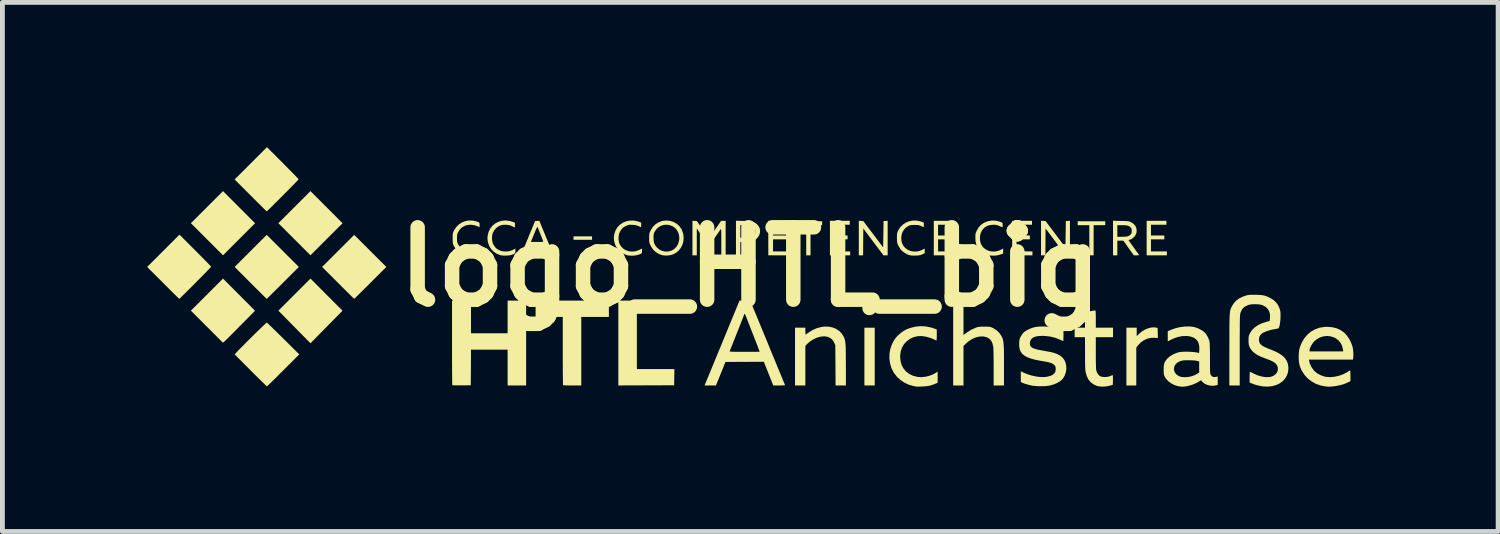
<source format=kicad_pcb>
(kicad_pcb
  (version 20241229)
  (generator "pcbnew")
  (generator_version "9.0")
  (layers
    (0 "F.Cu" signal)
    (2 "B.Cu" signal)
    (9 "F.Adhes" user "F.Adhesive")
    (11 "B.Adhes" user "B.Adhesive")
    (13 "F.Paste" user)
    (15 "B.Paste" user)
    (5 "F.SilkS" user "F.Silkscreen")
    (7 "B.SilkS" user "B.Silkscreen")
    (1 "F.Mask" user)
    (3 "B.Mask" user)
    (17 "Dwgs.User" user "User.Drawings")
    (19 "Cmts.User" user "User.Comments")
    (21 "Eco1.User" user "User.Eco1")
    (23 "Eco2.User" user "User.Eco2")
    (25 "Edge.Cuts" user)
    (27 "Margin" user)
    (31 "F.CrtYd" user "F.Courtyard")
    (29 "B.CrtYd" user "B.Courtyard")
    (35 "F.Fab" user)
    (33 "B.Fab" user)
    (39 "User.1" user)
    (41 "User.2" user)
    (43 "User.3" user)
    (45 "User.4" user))
  (footprint "logo_HTL_big"
    (layer "F.Cu")
    (at 12.499 2.483)
    (property "Reference" "logo_HTL_big" (at 0 0 0) (layer "F.SilkS") (effects (font (size 1.5 1.5) (thickness 0.3))))
    (attr board_only exclude_from_pos_files exclude_from_bom)
    (fp_poly (pts (xy -10.594 -1.239) (xy -10.262 -0.906) (xy -10.595 -0.574) (xy -10.927 -0.241) (xy -11.26 -0.574) (xy -11.593 -0.907) (xy -11.26 -1.239) (xy -10.927 -1.572)) (stroke (width 0) (type solid)) (fill yes) (layer "F.SilkS"))
    (fp_poly (pts (xy -8.781 -1.239) (xy -8.449 -0.906) (xy -8.782 -0.574) (xy -9.114 -0.241) (xy -9.447 -0.574) (xy -9.78 -0.907) (xy -9.447 -1.239) (xy -9.114 -1.572)) (stroke (width 0) (type solid)) (fill yes) (layer "F.SilkS"))
    (fp_poly (pts (xy -3.278 -0.598) (xy -3.278 -0.563) (xy -3.47 -0.563) (xy -3.662 -0.563) (xy -3.662 -0.598) (xy -3.662 -0.634) (xy -3.47 -0.634) (xy -3.278 -0.634)) (stroke (width 0) (type solid)) (fill yes) (layer "F.SilkS"))
    (fp_poly (pts (xy 2.581 1.858) (xy 2.581 2.456) (xy 2.474 2.456) (xy 2.367 2.456) (xy 2.367 1.858) (xy 2.367 1.259) (xy 2.474 1.259) (xy 2.581 1.259)) (stroke (width 0) (type solid)) (fill yes) (layer "F.SilkS"))
    (fp_poly (pts (xy -2.349 1.407) (xy -2.349 2.117) (xy -1.96 2.117) (xy -1.571 2.117) (xy -1.574 2.284) (xy -1.576 2.452) (xy -2.155 2.454) (xy -2.733 2.456) (xy -2.733 1.576) (xy -2.733 0.697) (xy -2.541 0.697) (xy -2.349 0.697)) (stroke (width 0) (type solid)) (fill yes) (layer "F.SilkS"))
    (fp_poly (pts (xy -8.782 0.574) (xy -8.45 0.907) (xy -8.782 1.244) (xy -9.114 1.582) (xy -9.288 1.405) (xy -9.346 1.347) (xy -9.409 1.282) (xy -9.475 1.215) (xy -9.539 1.15) (xy -9.597 1.091) (xy -9.621 1.067) (xy -9.779 0.906) (xy -9.447 0.574) (xy -9.114 0.241)) (stroke (width 0) (type solid)) (fill yes) (layer "F.SilkS"))
    (fp_poly (pts (xy -10.595 0.574) (xy -10.263 0.907) (xy -10.559 1.207) (xy -10.621 1.269) (xy -10.679 1.328) (xy -10.733 1.383) (xy -10.782 1.431) (xy -10.824 1.473) (xy -10.857 1.506) (xy -10.881 1.529) (xy -10.892 1.539) (xy -10.928 1.571) (xy -11.26 1.239) (xy -11.593 0.906) (xy -11.26 0.574) (xy -10.927 0.241)) (stroke (width 0) (type solid)) (fill yes) (layer "F.SilkS"))
    (fp_poly (pts (xy 1.491 -0.907) (xy 1.491 -0.866) (xy 1.371 -0.866) (xy 1.25 -0.866) (xy 1.25 -0.554) (xy 1.25 -0.241) (xy 1.206 -0.241) (xy 1.161 -0.241) (xy 1.161 -0.554) (xy 1.161 -0.866) (xy 1.04 -0.866) (xy 0.92 -0.866) (xy 0.92 -0.907) (xy 0.92 -0.947) (xy 1.206 -0.947) (xy 1.491 -0.947)) (stroke (width 0) (type solid)) (fill yes) (layer "F.SilkS"))
    (fp_poly (pts (xy 7.359 -0.907) (xy 7.359 -0.866) (xy 7.239 -0.866) (xy 7.118 -0.866) (xy 7.118 -0.554) (xy 7.118 -0.241) (xy 7.073 -0.241) (xy 7.029 -0.241) (xy 7.029 -0.554) (xy 7.029 -0.866) (xy 6.908 -0.866) (xy 6.788 -0.866) (xy 6.788 -0.907) (xy 6.788 -0.947) (xy 7.073 -0.947) (xy 7.359 -0.947)) (stroke (width 0) (type solid)) (fill yes) (layer "F.SilkS"))
    (fp_poly (pts (xy 2.849 -0.599) (xy 2.849 -0.241) (xy 2.805 -0.241) (xy 2.762 -0.241) (xy 2.553 -0.519) (xy 2.344 -0.797) (xy 2.342 -0.519) (xy 2.34 -0.241) (xy 2.295 -0.241) (xy 2.251 -0.241) (xy 2.251 -0.599) (xy 2.251 -0.957) (xy 2.298 -0.954) (xy 2.344 -0.951) (xy 2.55 -0.678) (xy 2.755 -0.405) (xy 2.76 -0.678) (xy 2.764 -0.951) (xy 2.807 -0.954) (xy 2.849 -0.957)) (stroke (width 0) (type solid)) (fill yes) (layer "F.SilkS"))
    (fp_poly (pts (xy 6.627 -0.599) (xy 6.627 -0.241) (xy 6.583 -0.241) (xy 6.54 -0.241) (xy 6.331 -0.519) (xy 6.122 -0.797) (xy 6.12 -0.519) (xy 6.118 -0.241) (xy 6.073 -0.241) (xy 6.028 -0.241) (xy 6.028 -0.599) (xy 6.028 -0.957) (xy 6.075 -0.954) (xy 6.122 -0.951) (xy 6.328 -0.678) (xy 6.533 -0.405) (xy 6.538 -0.678) (xy 6.542 -0.951) (xy 6.584 -0.954) (xy 6.627 -0.957)) (stroke (width 0) (type solid)) (fill yes) (layer "F.SilkS"))
    (fp_poly (pts (xy 2.543 0.718) (xy 2.573 0.739) (xy 2.606 0.777) (xy 2.623 0.821) (xy 2.623 0.869) (xy 2.606 0.919) (xy 2.605 0.921) (xy 2.575 0.96) (xy 2.535 0.986) (xy 2.49 0.999) (xy 2.442 0.998) (xy 2.402 0.984) (xy 2.363 0.954) (xy 2.337 0.915) (xy 2.325 0.87) (xy 2.326 0.823) (xy 2.343 0.778) (xy 2.363 0.751) (xy 2.403 0.718) (xy 2.448 0.702) (xy 2.496 0.702)) (stroke (width 0) (type solid)) (fill yes) (layer "F.SilkS"))
    (fp_poly (pts (xy -9.688 -0.333) (xy -9.355 -0.000031) (xy -9.686 0.33) (xy -9.749 0.394) (xy -9.809 0.453) (xy -9.863 0.507) (xy -9.912 0.555) (xy -9.953 0.596) (xy -9.985 0.627) (xy -10.008 0.649) (xy -10.019 0.66) (xy -10.021 0.661) (xy -10.028 0.655) (xy -10.046 0.637) (xy -10.075 0.609) (xy -10.112 0.572) (xy -10.158 0.527) (xy -10.21 0.475) (xy -10.268 0.418) (xy -10.33 0.356) (xy -10.356 0.33) (xy -10.686 -0.000031) (xy -10.353 -0.333) (xy -10.021 -0.665)) (stroke (width 0) (type solid)) (fill yes) (layer "F.SilkS"))
    (fp_poly (pts (xy -7.875 -0.333) (xy -7.542 -0.000031) (xy -7.873 0.33) (xy -7.936 0.394) (xy -7.996 0.453) (xy -8.05 0.507) (xy -8.099 0.555) (xy -8.14 0.596) (xy -8.172 0.627) (xy -8.195 0.649) (xy -8.206 0.66) (xy -8.208 0.661) (xy -8.215 0.655) (xy -8.233 0.637) (xy -8.262 0.609) (xy -8.299 0.572) (xy -8.345 0.527) (xy -8.397 0.475) (xy -8.455 0.418) (xy -8.517 0.356) (xy -8.543 0.33) (xy -8.873 -0.000031) (xy -8.54 -0.333) (xy -8.208 -0.665)) (stroke (width 0) (type solid)) (fill yes) (layer "F.SilkS"))
    (fp_poly (pts (xy 0.786 -0.915) (xy 0.786 -0.875) (xy 0.63 -0.875) (xy 0.473 -0.875) (xy 0.473 -0.764) (xy 0.473 -0.652) (xy 0.612 -0.652) (xy 0.75 -0.652) (xy 0.75 -0.612) (xy 0.75 -0.572) (xy 0.612 -0.572) (xy 0.473 -0.572) (xy 0.473 -0.447) (xy 0.473 -0.322) (xy 0.634 -0.322) (xy 0.795 -0.322) (xy 0.795 -0.281) (xy 0.795 -0.241) (xy 0.585 -0.241) (xy 0.375 -0.241) (xy 0.375 -0.598) (xy 0.375 -0.956) (xy 0.581 -0.956) (xy 0.786 -0.956)) (stroke (width 0) (type solid)) (fill yes) (layer "F.SilkS"))
    (fp_poly (pts (xy 2.063 -0.915) (xy 2.063 -0.875) (xy 1.902 -0.875) (xy 1.742 -0.875) (xy 1.742 -0.764) (xy 1.742 -0.652) (xy 1.88 -0.652) (xy 2.018 -0.652) (xy 2.018 -0.612) (xy 2.018 -0.572) (xy 1.88 -0.572) (xy 1.741 -0.572) (xy 1.744 -0.449) (xy 1.746 -0.326) (xy 1.909 -0.324) (xy 2.072 -0.321) (xy 2.072 -0.281) (xy 2.072 -0.241) (xy 1.862 -0.241) (xy 1.652 -0.241) (xy 1.652 -0.598) (xy 1.652 -0.956) (xy 1.858 -0.956) (xy 2.063 -0.956)) (stroke (width 0) (type solid)) (fill yes) (layer "F.SilkS"))
    (fp_poly (pts (xy 4.215 -0.915) (xy 4.215 -0.875) (xy 4.055 -0.875) (xy 3.894 -0.875) (xy 3.894 -0.764) (xy 3.894 -0.652) (xy 4.032 -0.652) (xy 4.171 -0.652) (xy 4.171 -0.612) (xy 4.171 -0.572) (xy 4.032 -0.572) (xy 3.894 -0.572) (xy 3.894 -0.447) (xy 3.894 -0.322) (xy 4.055 -0.322) (xy 4.215 -0.322) (xy 4.215 -0.281) (xy 4.215 -0.241) (xy 4.01 -0.241) (xy 3.805 -0.241) (xy 3.805 -0.598) (xy 3.805 -0.956) (xy 4.01 -0.956) (xy 4.215 -0.956)) (stroke (width 0) (type solid)) (fill yes) (layer "F.SilkS"))
    (fp_poly (pts (xy 5.841 -0.915) (xy 5.841 -0.875) (xy 5.68 -0.875) (xy 5.519 -0.875) (xy 5.519 -0.764) (xy 5.519 -0.652) (xy 5.658 -0.652) (xy 5.796 -0.652) (xy 5.796 -0.612) (xy 5.796 -0.572) (xy 5.658 -0.572) (xy 5.519 -0.572) (xy 5.521 -0.449) (xy 5.524 -0.326) (xy 5.687 -0.324) (xy 5.85 -0.321) (xy 5.85 -0.281) (xy 5.85 -0.241) (xy 5.64 -0.241) (xy 5.43 -0.241) (xy 5.43 -0.598) (xy 5.43 -0.956) (xy 5.636 -0.956) (xy 5.841 -0.956)) (stroke (width 0) (type solid)) (fill yes) (layer "F.SilkS"))
    (fp_poly (pts (xy 8.627 -0.915) (xy 8.627 -0.875) (xy 8.467 -0.875) (xy 8.306 -0.875) (xy 8.306 -0.764) (xy 8.306 -0.652) (xy 8.444 -0.652) (xy 8.583 -0.652) (xy 8.583 -0.612) (xy 8.583 -0.572) (xy 8.444 -0.572) (xy 8.306 -0.572) (xy 8.306 -0.447) (xy 8.306 -0.322) (xy 8.471 -0.322) (xy 8.636 -0.322) (xy 8.636 -0.281) (xy 8.636 -0.241) (xy 8.426 -0.241) (xy 8.217 -0.241) (xy 8.217 -0.598) (xy 8.217 -0.956) (xy 8.422 -0.956) (xy 8.627 -0.956)) (stroke (width 0) (type solid)) (fill yes) (layer "F.SilkS"))
    (fp_poly (pts (xy 8.405 1.256) (xy 8.444 1.264) (xy 8.447 1.369) (xy 8.449 1.474) (xy 8.393 1.469) (xy 8.311 1.469) (xy 8.232 1.486) (xy 8.158 1.519) (xy 8.091 1.568) (xy 8.033 1.63) (xy 8.028 1.638) (xy 8.002 1.673) (xy 8.002 2.064) (xy 8.002 2.456) (xy 7.9 2.456) (xy 7.797 2.456) (xy 7.797 1.858) (xy 7.797 1.259) (xy 7.904 1.259) (xy 8.011 1.259) (xy 8.011 1.347) (xy 8.011 1.434) (xy 8.067 1.379) (xy 8.123 1.333) (xy 8.186 1.296) (xy 8.252 1.27) (xy 8.318 1.254) (xy 8.379 1.252)) (stroke (width 0) (type solid)) (fill yes) (layer "F.SilkS"))
    (fp_poly (pts (xy -2.929 0.866) (xy -2.929 1.036) (xy -3.215 1.036) (xy -3.501 1.036) (xy -3.501 1.746) (xy -3.501 2.456) (xy -3.687 2.456) (xy -3.743 2.456) (xy -3.793 2.455) (xy -3.834 2.454) (xy -3.863 2.452) (xy -3.878 2.451) (xy -3.879 2.45) (xy -3.88 2.44) (xy -3.881 2.414) (xy -3.882 2.373) (xy -3.882 2.318) (xy -3.883 2.25) (xy -3.884 2.172) (xy -3.884 2.084) (xy -3.885 1.987) (xy -3.885 1.884) (xy -3.885 1.774) (xy -3.885 1.74) (xy -3.885 1.036) (xy -4.166 1.036) (xy -4.448 1.036) (xy -4.448 0.866) (xy -4.448 0.697) (xy -3.689 0.697) (xy -2.929 0.697)) (stroke (width 0) (type solid)) (fill yes) (layer "F.SilkS"))
    (fp_poly (pts (xy -11.501 -0.342) (xy -11.438 -0.278) (xy -11.379 -0.219) (xy -11.325 -0.164) (xy -11.277 -0.115) (xy -11.237 -0.074) (xy -11.206 -0.041) (xy -11.184 -0.018) (xy -11.174 -0.006) (xy -11.173 -0.004) (xy -11.179 0.003) (xy -11.196 0.022) (xy -11.223 0.05) (xy -11.259 0.087) (xy -11.301 0.13) (xy -11.349 0.179) (xy -11.401 0.232) (xy -11.456 0.287) (xy -11.512 0.344) (xy -11.568 0.4) (xy -11.622 0.454) (xy -11.673 0.504) (xy -11.719 0.551) (xy -11.76 0.59) (xy -11.793 0.623) (xy -11.817 0.646) (xy -11.831 0.659) (xy -11.834 0.661) (xy -11.841 0.655) (xy -11.859 0.637) (xy -11.888 0.609) (xy -11.925 0.572) (xy -11.971 0.527) (xy -12.023 0.475) (xy -12.081 0.418) (xy -12.143 0.356) (xy -12.169 0.33) (xy -12.499 -0.000001) (xy -12.164 -0.335) (xy -11.829 -0.67)) (stroke (width 0) (type solid)) (fill yes) (layer "F.SilkS"))
    (fp_poly (pts (xy -9.688 -2.155) (xy -9.625 -2.091) (xy -9.566 -2.032) (xy -9.512 -1.977) (xy -9.464 -1.928) (xy -9.424 -1.887) (xy -9.393 -1.854) (xy -9.371 -1.831) (xy -9.361 -1.819) (xy -9.36 -1.817) (xy -9.366 -1.81) (xy -9.383 -1.791) (xy -9.41 -1.763) (xy -9.446 -1.726) (xy -9.488 -1.683) (xy -9.536 -1.634) (xy -9.588 -1.581) (xy -9.643 -1.526) (xy -9.699 -1.469) (xy -9.755 -1.413) (xy -9.809 -1.359) (xy -9.86 -1.309) (xy -9.906 -1.262) (xy -9.947 -1.223) (xy -9.98 -1.19) (xy -10.004 -1.167) (xy -10.018 -1.154) (xy -10.021 -1.152) (xy -10.028 -1.158) (xy -10.046 -1.176) (xy -10.075 -1.204) (xy -10.112 -1.241) (xy -10.158 -1.286) (xy -10.21 -1.338) (xy -10.268 -1.395) (xy -10.33 -1.457) (xy -10.356 -1.483) (xy -10.686 -1.813) (xy -10.351 -2.148) (xy -10.016 -2.483)) (stroke (width 0) (type solid)) (fill yes) (layer "F.SilkS"))
    (fp_poly (pts (xy -5.787 1.036) (xy -5.787 1.375) (xy -5.408 1.375) (xy -5.028 1.375) (xy -5.028 1.036) (xy -5.028 0.697) (xy -4.836 0.697) (xy -4.644 0.697) (xy -4.644 1.576) (xy -4.644 2.456) (xy -4.836 2.456) (xy -5.028 2.456) (xy -5.028 2.085) (xy -5.028 1.715) (xy -5.408 1.715) (xy -5.787 1.715) (xy -5.789 2.083) (xy -5.792 2.452) (xy -5.98 2.454) (xy -6.036 2.454) (xy -6.086 2.454) (xy -6.128 2.454) (xy -6.157 2.452) (xy -6.173 2.451) (xy -6.174 2.45) (xy -6.175 2.441) (xy -6.176 2.414) (xy -6.177 2.373) (xy -6.177 2.317) (xy -6.178 2.248) (xy -6.179 2.167) (xy -6.179 2.076) (xy -6.18 1.976) (xy -6.18 1.867) (xy -6.18 1.752) (xy -6.18 1.631) (xy -6.18 1.57) (xy -6.18 0.697) (xy -5.984 0.697) (xy -5.787 0.697)) (stroke (width 0) (type solid)) (fill yes) (layer "F.SilkS"))
    (fp_poly (pts (xy -10.013 1.158) (xy -9.993 1.176) (xy -9.964 1.204) (xy -9.925 1.241) (xy -9.879 1.286) (xy -9.826 1.337) (xy -9.768 1.395) (xy -9.705 1.456) (xy -9.679 1.482) (xy -9.346 1.812) (xy -9.677 2.143) (xy -9.741 2.206) (xy -9.8 2.266) (xy -9.855 2.32) (xy -9.904 2.368) (xy -9.946 2.408) (xy -9.979 2.44) (xy -10.002 2.462) (xy -10.015 2.473) (xy -10.017 2.474) (xy -10.024 2.468) (xy -10.044 2.45) (xy -10.073 2.422) (xy -10.111 2.385) (xy -10.157 2.34) (xy -10.21 2.288) (xy -10.268 2.231) (xy -10.33 2.169) (xy -10.355 2.144) (xy -10.684 1.814) (xy -10.648 1.771) (xy -10.633 1.754) (xy -10.608 1.728) (xy -10.574 1.693) (xy -10.533 1.652) (xy -10.486 1.605) (xy -10.435 1.554) (xy -10.381 1.5) (xy -10.326 1.446) (xy -10.272 1.392) (xy -10.219 1.34) (xy -10.169 1.292) (xy -10.124 1.248) (xy -10.085 1.211) (xy -10.054 1.182) (xy -10.032 1.162) (xy -10.021 1.153) (xy -10.02 1.152)) (stroke (width 0) (type solid)) (fill yes) (layer "F.SilkS"))
    (fp_poly (pts (xy -0.131 -0.954) (xy -0.073 -0.953) (xy -0.029 -0.951) (xy 0.003 -0.949) (xy 0.027 -0.946) (xy 0.046 -0.941) (xy 0.063 -0.935) (xy 0.082 -0.926) (xy 0.083 -0.926) (xy 0.134 -0.892) (xy 0.171 -0.852) (xy 0.195 -0.806) (xy 0.205 -0.758) (xy 0.202 -0.709) (xy 0.188 -0.661) (xy 0.162 -0.618) (xy 0.126 -0.58) (xy 0.08 -0.551) (xy 0.025 -0.533) (xy -0.032 -0.527) (xy -0.059 -0.526) (xy -0.097 -0.524) (xy -0.136 -0.521) (xy -0.137 -0.521) (xy -0.205 -0.515) (xy -0.205 -0.378) (xy -0.205 -0.241) (xy -0.25 -0.241) (xy -0.295 -0.241) (xy -0.295 -0.599) (xy -0.295 -0.866) (xy -0.205 -0.866) (xy -0.205 -0.737) (xy -0.205 -0.607) (xy -0.101 -0.607) (xy -0.053 -0.608) (xy -0.018 -0.61) (xy 0.008 -0.614) (xy 0.029 -0.62) (xy 0.041 -0.626) (xy 0.073 -0.646) (xy 0.095 -0.676) (xy 0.099 -0.684) (xy 0.112 -0.728) (xy 0.109 -0.768) (xy 0.088 -0.807) (xy 0.083 -0.814) (xy 0.062 -0.835) (xy 0.039 -0.849) (xy 0.009 -0.859) (xy -0.03 -0.864) (xy -0.082 -0.866) (xy -0.102 -0.866) (xy -0.205 -0.866) (xy -0.295 -0.866) (xy -0.295 -0.958)) (stroke (width 0) (type solid)) (fill yes) (layer "F.SilkS"))
    (fp_poly (pts (xy 1.621 1.237) (xy 1.702 1.252) (xy 1.776 1.281) (xy 1.841 1.323) (xy 1.894 1.377) (xy 1.928 1.429) (xy 1.94 1.451) (xy 1.95 1.473) (xy 1.958 1.496) (xy 1.965 1.521) (xy 1.97 1.551) (xy 1.974 1.586) (xy 1.977 1.629) (xy 1.98 1.681) (xy 1.981 1.743) (xy 1.982 1.819) (xy 1.982 1.909) (xy 1.983 2.015) (xy 1.983 2.03) (xy 1.983 2.456) (xy 1.876 2.456) (xy 1.769 2.456) (xy 1.767 2.039) (xy 1.764 1.621) (xy 1.738 1.565) (xy 1.705 1.511) (xy 1.661 1.473) (xy 1.607 1.448) (xy 1.542 1.438) (xy 1.528 1.438) (xy 1.451 1.446) (xy 1.373 1.469) (xy 1.298 1.506) (xy 1.228 1.553) (xy 1.196 1.582) (xy 1.143 1.634) (xy 1.143 2.045) (xy 1.143 2.456) (xy 1.036 2.456) (xy 0.929 2.456) (xy 0.929 1.858) (xy 0.929 1.259) (xy 1.036 1.259) (xy 1.143 1.259) (xy 1.143 1.331) (xy 1.144 1.364) (xy 1.145 1.389) (xy 1.147 1.401) (xy 1.148 1.402) (xy 1.157 1.397) (xy 1.176 1.384) (xy 1.199 1.367) (xy 1.29 1.309) (xy 1.382 1.268) (xy 1.479 1.243) (xy 1.534 1.236)) (stroke (width 0) (type solid)) (fill yes) (layer "F.SilkS"))
    (fp_poly (pts (xy -4.991 -0.955) (xy -4.914 -0.932) (xy -4.876 -0.917) (xy -4.876 -0.866) (xy -4.876 -0.816) (xy -4.932 -0.843) (xy -4.971 -0.86) (xy -5.007 -0.869) (xy -5.051 -0.874) (xy -5.055 -0.874) (xy -5.094 -0.874) (xy -5.131 -0.872) (xy -5.158 -0.867) (xy -5.158 -0.867) (xy -5.215 -0.843) (xy -5.267 -0.805) (xy -5.308 -0.756) (xy -5.337 -0.699) (xy -5.342 -0.684) (xy -5.351 -0.628) (xy -5.351 -0.568) (xy -5.341 -0.512) (xy -5.33 -0.48) (xy -5.301 -0.429) (xy -5.269 -0.39) (xy -5.227 -0.36) (xy -5.216 -0.354) (xy -5.152 -0.329) (xy -5.082 -0.319) (xy -5.01 -0.324) (xy -4.941 -0.344) (xy -4.914 -0.357) (xy -4.867 -0.382) (xy -4.867 -0.335) (xy -4.869 -0.306) (xy -4.874 -0.287) (xy -4.889 -0.274) (xy -4.915 -0.261) (xy -4.93 -0.255) (xy -4.966 -0.245) (xy -5.014 -0.238) (xy -5.066 -0.235) (xy -5.118 -0.236) (xy -5.163 -0.241) (xy -5.181 -0.245) (xy -5.256 -0.275) (xy -5.32 -0.319) (xy -5.372 -0.373) (xy -5.411 -0.438) (xy -5.436 -0.51) (xy -5.446 -0.587) (xy -5.441 -0.653) (xy -5.421 -0.73) (xy -5.387 -0.798) (xy -5.341 -0.856) (xy -5.284 -0.902) (xy -5.219 -0.936) (xy -5.147 -0.957) (xy -5.071 -0.964)) (stroke (width 0) (type solid)) (fill yes) (layer "F.SilkS"))
    (fp_poly (pts (xy -1.151 -0.954) (xy -1.105 -0.951) (xy -0.987 -0.783) (xy -0.953 -0.735) (xy -0.922 -0.691) (xy -0.895 -0.654) (xy -0.875 -0.626) (xy -0.863 -0.61) (xy -0.86 -0.606) (xy -0.852 -0.609) (xy -0.837 -0.625) (xy -0.814 -0.655) (xy -0.781 -0.698) (xy -0.74 -0.757) (xy -0.727 -0.776) (xy -0.603 -0.955) (xy -0.556 -0.955) (xy -0.509 -0.956) (xy -0.509 -0.598) (xy -0.509 -0.241) (xy -0.554 -0.241) (xy -0.598 -0.241) (xy -0.599 -0.52) (xy -0.599 -0.598) (xy -0.599 -0.66) (xy -0.6 -0.707) (xy -0.601 -0.741) (xy -0.602 -0.764) (xy -0.604 -0.778) (xy -0.606 -0.784) (xy -0.609 -0.783) (xy -0.614 -0.779) (xy -0.614 -0.777) (xy -0.625 -0.763) (xy -0.642 -0.738) (xy -0.666 -0.704) (xy -0.693 -0.665) (xy -0.723 -0.622) (xy -0.754 -0.579) (xy -0.783 -0.538) (xy -0.81 -0.5) (xy -0.831 -0.47) (xy -0.846 -0.449) (xy -0.853 -0.44) (xy -0.853 -0.439) (xy -0.859 -0.445) (xy -0.874 -0.465) (xy -0.896 -0.495) (xy -0.925 -0.536) (xy -0.96 -0.584) (xy -0.998 -0.64) (xy -1.04 -0.7) (xy -1.053 -0.718) (xy -1.107 -0.798) (xy -1.107 -0.519) (xy -1.107 -0.241) (xy -1.152 -0.241) (xy -1.197 -0.241) (xy -1.197 -0.599) (xy -1.197 -0.957)) (stroke (width 0) (type solid)) (fill yes) (layer "F.SilkS"))
    (fp_poly (pts (xy -2.337 -0.946) (xy -2.309 -0.937) (xy -2.26 -0.919) (xy -2.26 -0.869) (xy -2.261 -0.843) (xy -2.263 -0.827) (xy -2.266 -0.824) (xy -2.311 -0.845) (xy -2.347 -0.859) (xy -2.381 -0.868) (xy -2.419 -0.872) (xy -2.44 -0.873) (xy -2.48 -0.875) (xy -2.508 -0.873) (xy -2.532 -0.868) (xy -2.558 -0.858) (xy -2.569 -0.853) (xy -2.602 -0.837) (xy -2.631 -0.818) (xy -2.647 -0.806) (xy -2.686 -0.756) (xy -2.714 -0.697) (xy -2.728 -0.632) (xy -2.729 -0.565) (xy -2.716 -0.5) (xy -2.707 -0.477) (xy -2.673 -0.421) (xy -2.627 -0.376) (xy -2.572 -0.344) (xy -2.51 -0.324) (xy -2.443 -0.318) (xy -2.374 -0.327) (xy -2.306 -0.35) (xy -2.293 -0.356) (xy -2.242 -0.383) (xy -2.242 -0.334) (xy -2.242 -0.306) (xy -2.247 -0.29) (xy -2.258 -0.279) (xy -2.275 -0.269) (xy -2.329 -0.249) (xy -2.393 -0.237) (xy -2.46 -0.233) (xy -2.524 -0.238) (xy -2.554 -0.244) (xy -2.625 -0.272) (xy -2.689 -0.313) (xy -2.743 -0.365) (xy -2.783 -0.426) (xy -2.791 -0.442) (xy -2.818 -0.521) (xy -2.827 -0.599) (xy -2.818 -0.676) (xy -2.792 -0.755) (xy -2.788 -0.763) (xy -2.749 -0.826) (xy -2.698 -0.879) (xy -2.636 -0.919) (xy -2.567 -0.947) (xy -2.493 -0.961) (xy -2.415 -0.962)) (stroke (width 0) (type solid)) (fill yes) (layer "F.SilkS"))
    (fp_poly (pts (xy -4.226 -0.605) (xy -4.195 -0.531) (xy -4.167 -0.461) (xy -4.141 -0.399) (xy -4.119 -0.345) (xy -4.102 -0.301) (xy -4.089 -0.269) (xy -4.083 -0.251) (xy -4.082 -0.248) (xy -4.09 -0.244) (xy -4.11 -0.242) (xy -4.128 -0.241) (xy -4.175 -0.241) (xy -4.214 -0.339) (xy -4.253 -0.438) (xy -4.416 -0.438) (xy -4.579 -0.438) (xy -4.617 -0.339) (xy -4.656 -0.241) (xy -4.704 -0.241) (xy -4.751 -0.241) (xy -4.738 -0.275) (xy -4.731 -0.29) (xy -4.719 -0.32) (xy -4.702 -0.363) (xy -4.68 -0.416) (xy -4.654 -0.477) (xy -4.638 -0.518) (xy -4.546 -0.518) (xy -4.416 -0.518) (xy -4.363 -0.518) (xy -4.326 -0.519) (xy -4.303 -0.522) (xy -4.291 -0.525) (xy -4.29 -0.529) (xy -4.294 -0.541) (xy -4.304 -0.566) (xy -4.318 -0.602) (xy -4.335 -0.646) (xy -4.349 -0.683) (xy -4.368 -0.731) (xy -4.384 -0.772) (xy -4.398 -0.805) (xy -4.407 -0.826) (xy -4.411 -0.832) (xy -4.416 -0.827) (xy -4.426 -0.807) (xy -4.44 -0.776) (xy -4.457 -0.737) (xy -4.467 -0.712) (xy -4.486 -0.665) (xy -4.504 -0.621) (xy -4.519 -0.584) (xy -4.529 -0.558) (xy -4.532 -0.551) (xy -4.546 -0.518) (xy -4.638 -0.518) (xy -4.627 -0.545) (xy -4.597 -0.617) (xy -4.592 -0.63) (xy -4.459 -0.951) (xy -4.415 -0.954) (xy -4.37 -0.956)) (stroke (width 0) (type solid)) (fill yes) (layer "F.SilkS"))
    (fp_poly (pts (xy 5.092 -0.959) (xy 5.171 -0.939) (xy 5.177 -0.936) (xy 5.229 -0.915) (xy 5.232 -0.867) (xy 5.233 -0.839) (xy 5.23 -0.826) (xy 5.223 -0.824) (xy 5.223 -0.824) (xy 5.175 -0.845) (xy 5.138 -0.86) (xy 5.109 -0.869) (xy 5.084 -0.873) (xy 5.058 -0.875) (xy 5.026 -0.874) (xy 5.025 -0.874) (xy 4.96 -0.866) (xy 4.906 -0.848) (xy 4.859 -0.818) (xy 4.838 -0.798) (xy 4.8 -0.752) (xy 4.777 -0.702) (xy 4.764 -0.642) (xy 4.762 -0.612) (xy 4.765 -0.539) (xy 4.783 -0.476) (xy 4.815 -0.422) (xy 4.832 -0.403) (xy 4.885 -0.361) (xy 4.946 -0.333) (xy 5.013 -0.319) (xy 5.082 -0.32) (xy 5.151 -0.337) (xy 5.194 -0.356) (xy 5.243 -0.382) (xy 5.243 -0.33) (xy 5.243 -0.278) (xy 5.191 -0.259) (xy 5.13 -0.242) (xy 5.062 -0.234) (xy 4.992 -0.236) (xy 4.929 -0.247) (xy 4.911 -0.252) (xy 4.847 -0.28) (xy 4.795 -0.313) (xy 4.752 -0.356) (xy 4.743 -0.366) (xy 4.708 -0.418) (xy 4.684 -0.471) (xy 4.671 -0.529) (xy 4.667 -0.599) (xy 4.667 -0.603) (xy 4.667 -0.646) (xy 4.669 -0.677) (xy 4.674 -0.701) (xy 4.683 -0.726) (xy 4.695 -0.752) (xy 4.736 -0.822) (xy 4.788 -0.877) (xy 4.849 -0.918) (xy 4.851 -0.919) (xy 4.929 -0.949) (xy 5.011 -0.962)) (stroke (width 0) (type solid)) (fill yes) (layer "F.SilkS"))
    (fp_poly (pts (xy 4.421 1.004) (xy 4.421 1.41) (xy 4.48 1.366) (xy 4.577 1.303) (xy 4.68 1.257) (xy 4.689 1.254) (xy 4.716 1.246) (xy 4.748 1.241) (xy 4.787 1.238) (xy 4.839 1.237) (xy 4.854 1.237) (xy 4.902 1.237) (xy 4.937 1.238) (xy 4.963 1.241) (xy 4.984 1.246) (xy 5.006 1.254) (xy 5.03 1.265) (xy 5.099 1.307) (xy 5.157 1.36) (xy 5.202 1.422) (xy 5.206 1.429) (xy 5.218 1.452) (xy 5.228 1.475) (xy 5.236 1.499) (xy 5.243 1.526) (xy 5.248 1.558) (xy 5.252 1.597) (xy 5.255 1.643) (xy 5.258 1.699) (xy 5.259 1.767) (xy 5.26 1.848) (xy 5.26 1.944) (xy 5.26 2.037) (xy 5.26 2.456) (xy 5.153 2.456) (xy 5.046 2.456) (xy 5.046 2.083) (xy 5.046 2.001) (xy 5.045 1.921) (xy 5.044 1.848) (xy 5.043 1.782) (xy 5.041 1.727) (xy 5.04 1.684) (xy 5.038 1.656) (xy 5.037 1.65) (xy 5.02 1.581) (xy 4.992 1.525) (xy 4.952 1.484) (xy 4.9 1.456) (xy 4.837 1.441) (xy 4.827 1.44) (xy 4.749 1.443) (xy 4.67 1.462) (xy 4.593 1.497) (xy 4.518 1.547) (xy 4.482 1.579) (xy 4.421 1.637) (xy 4.421 2.046) (xy 4.421 2.456) (xy 4.314 2.456) (xy 4.207 2.456) (xy 4.207 1.527) (xy 4.207 0.598) (xy 4.314 0.598) (xy 4.421 0.598)) (stroke (width 0) (type solid)) (fill yes) (layer "F.SilkS"))
    (fp_poly (pts (xy 3.522 -0.947) (xy 3.548 -0.938) (xy 3.599 -0.919) (xy 3.599 -0.869) (xy 3.598 -0.843) (xy 3.595 -0.827) (xy 3.593 -0.824) (xy 3.552 -0.844) (xy 3.521 -0.858) (xy 3.494 -0.866) (xy 3.467 -0.869) (xy 3.432 -0.871) (xy 3.407 -0.871) (xy 3.365 -0.87) (xy 3.335 -0.868) (xy 3.312 -0.864) (xy 3.292 -0.856) (xy 3.27 -0.844) (xy 3.226 -0.815) (xy 3.192 -0.78) (xy 3.163 -0.733) (xy 3.154 -0.715) (xy 3.137 -0.66) (xy 3.131 -0.597) (xy 3.137 -0.534) (xy 3.147 -0.495) (xy 3.175 -0.438) (xy 3.216 -0.391) (xy 3.267 -0.355) (xy 3.326 -0.331) (xy 3.39 -0.319) (xy 3.456 -0.32) (xy 3.523 -0.336) (xy 3.57 -0.357) (xy 3.617 -0.382) (xy 3.617 -0.334) (xy 3.617 -0.285) (xy 3.566 -0.262) (xy 3.536 -0.249) (xy 3.506 -0.242) (xy 3.47 -0.237) (xy 3.43 -0.236) (xy 3.388 -0.235) (xy 3.349 -0.237) (xy 3.319 -0.24) (xy 3.31 -0.242) (xy 3.261 -0.259) (xy 3.209 -0.287) (xy 3.162 -0.32) (xy 3.134 -0.346) (xy 3.111 -0.375) (xy 3.087 -0.413) (xy 3.069 -0.445) (xy 3.057 -0.473) (xy 3.049 -0.496) (xy 3.044 -0.52) (xy 3.042 -0.55) (xy 3.041 -0.591) (xy 3.041 -0.603) (xy 3.041 -0.648) (xy 3.043 -0.681) (xy 3.048 -0.706) (xy 3.055 -0.729) (xy 3.065 -0.752) (xy 3.105 -0.818) (xy 3.158 -0.873) (xy 3.22 -0.916) (xy 3.29 -0.945) (xy 3.365 -0.961) (xy 3.443 -0.962)) (stroke (width 0) (type solid)) (fill yes) (layer "F.SilkS"))
    (fp_poly (pts (xy -5.757 -0.962) (xy -5.679 -0.946) (xy -5.642 -0.932) (xy -5.623 -0.922) (xy -5.613 -0.912) (xy -5.609 -0.895) (xy -5.609 -0.87) (xy -5.609 -0.823) (xy -5.66 -0.846) (xy -5.72 -0.866) (xy -5.786 -0.875) (xy -5.851 -0.871) (xy -5.904 -0.858) (xy -5.966 -0.826) (xy -6.016 -0.781) (xy -6.052 -0.725) (xy -6.065 -0.697) (xy -6.073 -0.672) (xy -6.076 -0.644) (xy -6.077 -0.605) (xy -6.078 -0.594) (xy -6.077 -0.552) (xy -6.074 -0.523) (xy -6.068 -0.499) (xy -6.057 -0.475) (xy -6.054 -0.469) (xy -6.014 -0.411) (xy -5.963 -0.365) (xy -5.917 -0.338) (xy -5.888 -0.327) (xy -5.858 -0.321) (xy -5.82 -0.318) (xy -5.794 -0.318) (xy -5.755 -0.318) (xy -5.726 -0.321) (xy -5.7 -0.328) (xy -5.672 -0.341) (xy -5.654 -0.35) (xy -5.591 -0.382) (xy -5.591 -0.334) (xy -5.591 -0.285) (xy -5.642 -0.261) (xy -5.67 -0.249) (xy -5.698 -0.242) (xy -5.73 -0.238) (xy -5.772 -0.235) (xy -5.783 -0.235) (xy -5.825 -0.235) (xy -5.865 -0.237) (xy -5.896 -0.24) (xy -5.907 -0.242) (xy -5.977 -0.268) (xy -6.04 -0.309) (xy -6.095 -0.364) (xy -6.138 -0.429) (xy -6.142 -0.437) (xy -6.153 -0.46) (xy -6.16 -0.48) (xy -6.164 -0.503) (xy -6.166 -0.532) (xy -6.167 -0.573) (xy -6.167 -0.594) (xy -6.167 -0.641) (xy -6.165 -0.674) (xy -6.162 -0.699) (xy -6.156 -0.72) (xy -6.147 -0.741) (xy -6.142 -0.752) (xy -6.099 -0.82) (xy -6.045 -0.876) (xy -5.981 -0.919) (xy -5.91 -0.948) (xy -5.835 -0.963)) (stroke (width 0) (type solid)) (fill yes) (layer "F.SilkS"))
    (fp_poly (pts (xy 7.684 -0.954) (xy 7.743 -0.953) (xy 7.786 -0.951) (xy 7.818 -0.949) (xy 7.842 -0.946) (xy 7.86 -0.942) (xy 7.877 -0.935) (xy 7.895 -0.927) (xy 7.901 -0.924) (xy 7.951 -0.889) (xy 7.986 -0.846) (xy 8.006 -0.795) (xy 8.01 -0.739) (xy 8.003 -0.699) (xy 7.987 -0.662) (xy 7.961 -0.627) (xy 7.928 -0.596) (xy 7.894 -0.573) (xy 7.861 -0.563) (xy 7.855 -0.563) (xy 7.843 -0.56) (xy 7.841 -0.557) (xy 7.846 -0.549) (xy 7.86 -0.529) (xy 7.88 -0.5) (xy 7.906 -0.464) (xy 7.934 -0.424) (xy 7.964 -0.382) (xy 7.993 -0.341) (xy 8.02 -0.304) (xy 8.043 -0.274) (xy 8.058 -0.252) (xy 8.059 -0.246) (xy 8.048 -0.243) (xy 8.023 -0.241) (xy 8.009 -0.241) (xy 7.95 -0.241) (xy 7.842 -0.393) (xy 7.734 -0.545) (xy 7.671 -0.545) (xy 7.609 -0.545) (xy 7.609 -0.393) (xy 7.609 -0.241) (xy 7.565 -0.241) (xy 7.52 -0.241) (xy 7.52 -0.599) (xy 7.52 -0.866) (xy 7.609 -0.866) (xy 7.609 -0.746) (xy 7.609 -0.625) (xy 7.7 -0.625) (xy 7.742 -0.626) (xy 7.782 -0.629) (xy 7.813 -0.633) (xy 7.824 -0.635) (xy 7.854 -0.649) (xy 7.881 -0.669) (xy 7.883 -0.672) (xy 7.899 -0.691) (xy 7.906 -0.712) (xy 7.908 -0.742) (xy 7.908 -0.746) (xy 7.907 -0.778) (xy 7.899 -0.8) (xy 7.886 -0.818) (xy 7.864 -0.838) (xy 7.839 -0.852) (xy 7.807 -0.86) (xy 7.765 -0.865) (xy 7.709 -0.866) (xy 7.708 -0.866) (xy 7.609 -0.866) (xy 7.52 -0.866) (xy 7.52 -0.958)) (stroke (width 0) (type solid)) (fill yes) (layer "F.SilkS"))
    (fp_poly (pts (xy 3.643 1.233) (xy 3.756 1.257) (xy 3.819 1.278) (xy 3.867 1.296) (xy 3.867 1.412) (xy 3.867 1.455) (xy 3.865 1.491) (xy 3.863 1.515) (xy 3.861 1.525) (xy 3.86 1.525) (xy 3.754 1.477) (xy 3.653 1.447) (xy 3.559 1.432) (xy 3.47 1.435) (xy 3.387 1.455) (xy 3.31 1.491) (xy 3.244 1.54) (xy 3.187 1.601) (xy 3.146 1.672) (xy 3.119 1.752) (xy 3.108 1.841) (xy 3.108 1.862) (xy 3.116 1.952) (xy 3.139 2.033) (xy 3.177 2.104) (xy 3.228 2.165) (xy 3.293 2.215) (xy 3.37 2.253) (xy 3.458 2.277) (xy 3.47 2.279) (xy 3.546 2.284) (xy 3.628 2.276) (xy 3.711 2.257) (xy 3.789 2.227) (xy 3.858 2.188) (xy 3.86 2.186) (xy 3.885 2.169) (xy 3.885 2.285) (xy 3.885 2.4) (xy 3.829 2.424) (xy 3.789 2.439) (xy 3.746 2.453) (xy 3.72 2.461) (xy 3.691 2.466) (xy 3.652 2.471) (xy 3.605 2.475) (xy 3.556 2.478) (xy 3.51 2.48) (xy 3.47 2.481) (xy 3.441 2.479) (xy 3.434 2.478) (xy 3.415 2.474) (xy 3.387 2.468) (xy 3.369 2.464) (xy 3.283 2.439) (xy 3.197 2.398) (xy 3.117 2.345) (xy 3.046 2.281) (xy 3.038 2.272) (xy 2.976 2.192) (xy 2.93 2.103) (xy 2.9 2.007) (xy 2.886 1.905) (xy 2.885 1.867) (xy 2.889 1.781) (xy 2.903 1.703) (xy 2.928 1.628) (xy 2.953 1.573) (xy 2.978 1.525) (xy 3.004 1.486) (xy 3.035 1.448) (xy 3.062 1.421) (xy 3.122 1.367) (xy 3.181 1.325) (xy 3.245 1.291) (xy 3.308 1.267) (xy 3.419 1.238) (xy 3.53 1.227)) (stroke (width 0) (type solid)) (fill yes) (layer "F.SilkS"))
    (fp_poly (pts (xy -1.661 -0.955) (xy -1.589 -0.933) (xy -1.525 -0.896) (xy -1.47 -0.848) (xy -1.427 -0.788) (xy -1.415 -0.764) (xy -1.389 -0.689) (xy -1.379 -0.612) (xy -1.384 -0.537) (xy -1.403 -0.465) (xy -1.436 -0.399) (xy -1.48 -0.342) (xy -1.537 -0.294) (xy -1.604 -0.259) (xy -1.616 -0.255) (xy -1.66 -0.244) (xy -1.714 -0.237) (xy -1.767 -0.237) (xy -1.812 -0.241) (xy -1.813 -0.241) (xy -1.887 -0.266) (xy -1.954 -0.306) (xy -2.011 -0.359) (xy -2.055 -0.425) (xy -2.061 -0.436) (xy -2.076 -0.467) (xy -2.086 -0.492) (xy -2.091 -0.515) (xy -2.094 -0.543) (xy -2.094 -0.581) (xy -2.094 -0.598) (xy -2.094 -0.603) (xy -2.004 -0.603) (xy -2.001 -0.542) (xy -1.99 -0.492) (xy -1.969 -0.449) (xy -1.938 -0.408) (xy -1.888 -0.364) (xy -1.83 -0.334) (xy -1.766 -0.319) (xy -1.7 -0.32) (xy -1.635 -0.337) (xy -1.629 -0.339) (xy -1.575 -0.372) (xy -1.531 -0.416) (xy -1.498 -0.471) (xy -1.477 -0.531) (xy -1.469 -0.596) (xy -1.475 -0.66) (xy -1.493 -0.715) (xy -1.521 -0.766) (xy -1.553 -0.804) (xy -1.593 -0.834) (xy -1.618 -0.848) (xy -1.682 -0.87) (xy -1.748 -0.876) (xy -1.813 -0.867) (xy -1.873 -0.841) (xy -1.916 -0.811) (xy -1.944 -0.782) (xy -1.969 -0.748) (xy -1.981 -0.729) (xy -1.993 -0.704) (xy -2 -0.68) (xy -2.003 -0.652) (xy -2.004 -0.613) (xy -2.004 -0.603) (xy -2.094 -0.603) (xy -2.094 -0.642) (xy -2.092 -0.673) (xy -2.088 -0.698) (xy -2.079 -0.722) (xy -2.067 -0.75) (xy -2.066 -0.752) (xy -2.024 -0.822) (xy -1.97 -0.879) (xy -1.906 -0.922) (xy -1.833 -0.95) (xy -1.815 -0.955) (xy -1.737 -0.963)) (stroke (width 0) (type solid)) (fill yes) (layer "F.SilkS"))
    (fp_poly (pts (xy 7.156 0.906) (xy 7.159 0.92) (xy 7.161 0.945) (xy 7.162 0.983) (xy 7.163 1.037) (xy 7.163 1.081) (xy 7.163 1.259) (xy 7.341 1.259) (xy 7.52 1.259) (xy 7.52 1.358) (xy 7.52 1.456) (xy 7.341 1.456) (xy 7.163 1.456) (xy 7.163 1.777) (xy 7.163 1.866) (xy 7.164 1.946) (xy 7.165 2.015) (xy 7.167 2.071) (xy 7.169 2.113) (xy 7.172 2.139) (xy 7.172 2.143) (xy 7.192 2.198) (xy 7.223 2.241) (xy 7.252 2.264) (xy 7.288 2.276) (xy 7.333 2.282) (xy 7.383 2.28) (xy 7.431 2.272) (xy 7.461 2.261) (xy 7.487 2.25) (xy 7.506 2.243) (xy 7.512 2.242) (xy 7.516 2.25) (xy 7.518 2.273) (xy 7.518 2.306) (xy 7.518 2.342) (xy 7.516 2.442) (xy 7.462 2.459) (xy 7.408 2.471) (xy 7.347 2.479) (xy 7.285 2.48) (xy 7.229 2.475) (xy 7.188 2.466) (xy 7.118 2.435) (xy 7.06 2.393) (xy 7.013 2.337) (xy 6.978 2.269) (xy 6.954 2.186) (xy 6.953 2.182) (xy 6.949 2.161) (xy 6.946 2.132) (xy 6.944 2.096) (xy 6.942 2.05) (xy 6.941 1.991) (xy 6.94 1.92) (xy 6.94 1.833) (xy 6.94 1.788) (xy 6.939 1.456) (xy 6.832 1.456) (xy 6.725 1.456) (xy 6.725 1.358) (xy 6.725 1.259) (xy 6.832 1.259) (xy 6.939 1.259) (xy 6.939 1.099) (xy 6.94 1.042) (xy 6.94 1) (xy 6.941 0.971) (xy 6.943 0.952) (xy 6.946 0.942) (xy 6.951 0.937) (xy 6.957 0.934) (xy 6.96 0.934) (xy 6.981 0.929) (xy 7.012 0.924) (xy 7.049 0.918) (xy 7.086 0.911) (xy 7.119 0.906) (xy 7.142 0.903) (xy 7.152 0.902)) (stroke (width 0) (type solid)) (fill yes) (layer "F.SilkS"))
    (fp_poly (pts (xy -0.11 0.699) (xy 0.001 0.701) (xy 0.359 1.567) (xy 0.407 1.686) (xy 0.454 1.8) (xy 0.499 1.908) (xy 0.541 2.009) (xy 0.579 2.103) (xy 0.614 2.187) (xy 0.645 2.262) (xy 0.671 2.325) (xy 0.692 2.376) (xy 0.708 2.414) (xy 0.718 2.437) (xy 0.721 2.445) (xy 0.719 2.45) (xy 0.706 2.453) (xy 0.682 2.455) (xy 0.644 2.456) (xy 0.602 2.456) (xy 0.478 2.456) (xy 0.38 2.21) (xy 0.282 1.965) (xy -0.115 1.967) (xy -0.513 1.969) (xy -0.611 2.213) (xy -0.71 2.456) (xy -0.828 2.456) (xy -0.946 2.456) (xy -0.888 2.315) (xy -0.875 2.286) (xy -0.857 2.241) (xy -0.833 2.183) (xy -0.804 2.113) (xy -0.771 2.032) (xy -0.734 1.942) (xy -0.694 1.845) (xy -0.654 1.748) (xy -0.426 1.748) (xy -0.424 1.751) (xy -0.413 1.754) (xy -0.393 1.756) (xy -0.362 1.757) (xy -0.319 1.758) (xy -0.262 1.759) (xy -0.189 1.759) (xy -0.117 1.759) (xy -0.044 1.759) (xy 0.023 1.759) (xy 0.081 1.759) (xy 0.13 1.758) (xy 0.167 1.757) (xy 0.19 1.757) (xy 0.196 1.756) (xy 0.193 1.747) (xy 0.184 1.723) (xy 0.17 1.687) (xy 0.152 1.639) (xy 0.13 1.582) (xy 0.104 1.517) (xy 0.077 1.447) (xy 0.073 1.436) (xy 0.044 1.362) (xy 0.015 1.289) (xy -0.011 1.221) (xy -0.035 1.16) (xy -0.055 1.108) (xy -0.071 1.068) (xy -0.08 1.043) (xy -0.094 1.01) (xy -0.106 0.985) (xy -0.114 0.971) (xy -0.117 0.97) (xy -0.125 0.982) (xy -0.125 0.984) (xy -0.128 0.993) (xy -0.137 1.017) (xy -0.151 1.054) (xy -0.17 1.102) (xy -0.192 1.159) (xy -0.217 1.222) (xy -0.244 1.291) (xy -0.273 1.363) (xy -0.302 1.437) (xy -0.331 1.51) (xy -0.359 1.58) (xy -0.385 1.646) (xy -0.409 1.705) (xy -0.426 1.748) (xy -0.654 1.748) (xy -0.651 1.741) (xy -0.606 1.633) (xy -0.56 1.521) (xy -0.525 1.435) (xy -0.221 0.696)) (stroke (width 0) (type solid)) (fill yes) (layer "F.SilkS"))
    (fp_poly (pts (xy 12.058 1.248) (xy 12.151 1.27) (xy 12.234 1.307) (xy 12.308 1.358) (xy 12.37 1.424) (xy 12.422 1.504) (xy 12.435 1.528) (xy 12.453 1.569) (xy 12.469 1.608) (xy 12.48 1.64) (xy 12.484 1.652) (xy 12.494 1.706) (xy 12.5 1.765) (xy 12.502 1.822) (xy 12.5 1.869) (xy 12.5 1.871) (xy 12.493 1.92) (xy 12.037 1.92) (xy 11.581 1.92) (xy 11.587 1.958) (xy 11.602 2.009) (xy 11.627 2.064) (xy 11.661 2.117) (xy 11.696 2.159) (xy 11.756 2.207) (xy 11.827 2.245) (xy 11.906 2.272) (xy 11.943 2.279) (xy 12.023 2.284) (xy 12.109 2.276) (xy 12.197 2.257) (xy 12.281 2.228) (xy 12.357 2.19) (xy 12.375 2.179) (xy 12.402 2.162) (xy 12.423 2.149) (xy 12.434 2.144) (xy 12.434 2.144) (xy 12.437 2.152) (xy 12.439 2.175) (xy 12.44 2.209) (xy 12.441 2.25) (xy 12.441 2.255) (xy 12.441 2.366) (xy 12.388 2.393) (xy 12.318 2.423) (xy 12.237 2.447) (xy 12.15 2.466) (xy 12.092 2.474) (xy 12.044 2.478) (xy 12.009 2.481) (xy 11.98 2.481) (xy 11.952 2.479) (xy 11.923 2.476) (xy 11.819 2.456) (xy 11.722 2.421) (xy 11.633 2.371) (xy 11.554 2.309) (xy 11.487 2.235) (xy 11.433 2.15) (xy 11.427 2.139) (xy 11.401 2.081) (xy 11.384 2.025) (xy 11.373 1.968) (xy 11.369 1.902) (xy 11.368 1.865) (xy 11.371 1.785) (xy 11.375 1.75) (xy 11.593 1.75) (xy 11.942 1.75) (xy 12.292 1.75) (xy 12.286 1.712) (xy 12.268 1.637) (xy 12.235 1.572) (xy 12.188 1.517) (xy 12.128 1.474) (xy 12.108 1.464) (xy 12.034 1.439) (xy 11.957 1.43) (xy 11.881 1.438) (xy 11.807 1.462) (xy 11.738 1.501) (xy 11.699 1.534) (xy 11.671 1.564) (xy 11.644 1.602) (xy 11.621 1.643) (xy 11.603 1.683) (xy 11.593 1.715) (xy 11.593 1.725) (xy 11.593 1.75) (xy 11.375 1.75) (xy 11.38 1.716) (xy 11.397 1.651) (xy 11.424 1.586) (xy 11.432 1.567) (xy 11.485 1.478) (xy 11.55 1.401) (xy 11.624 1.339) (xy 11.709 1.292) (xy 11.802 1.259) (xy 11.903 1.243) (xy 11.955 1.241)) (stroke (width 0) (type solid)) (fill yes) (layer "F.SilkS"))
    (fp_poly (pts (xy 6.195 1.241) (xy 6.294 1.259) (xy 6.385 1.284) (xy 6.437 1.305) (xy 6.493 1.33) (xy 6.493 1.433) (xy 6.492 1.473) (xy 6.491 1.507) (xy 6.49 1.529) (xy 6.487 1.536) (xy 6.477 1.533) (xy 6.456 1.523) (xy 6.427 1.51) (xy 6.427 1.51) (xy 6.319 1.467) (xy 6.207 1.44) (xy 6.089 1.429) (xy 6.061 1.428) (xy 5.979 1.431) (xy 5.913 1.443) (xy 5.862 1.464) (xy 5.826 1.494) (xy 5.804 1.534) (xy 5.796 1.582) (xy 5.796 1.584) (xy 5.799 1.615) (xy 5.809 1.641) (xy 5.828 1.663) (xy 5.857 1.681) (xy 5.898 1.697) (xy 5.953 1.712) (xy 6.024 1.726) (xy 6.062 1.733) (xy 6.118 1.743) (xy 6.171 1.753) (xy 6.219 1.762) (xy 6.256 1.77) (xy 6.274 1.775) (xy 6.357 1.802) (xy 6.423 1.837) (xy 6.475 1.88) (xy 6.513 1.931) (xy 6.539 1.993) (xy 6.548 2.034) (xy 6.553 2.108) (xy 6.542 2.182) (xy 6.518 2.251) (xy 6.481 2.313) (xy 6.457 2.34) (xy 6.414 2.375) (xy 6.357 2.407) (xy 6.293 2.434) (xy 6.225 2.454) (xy 6.195 2.46) (xy 6.124 2.469) (xy 6.044 2.472) (xy 5.962 2.471) (xy 5.886 2.465) (xy 5.845 2.46) (xy 5.79 2.448) (xy 5.734 2.433) (xy 5.682 2.417) (xy 5.641 2.4) (xy 5.633 2.397) (xy 5.609 2.384) (xy 5.609 2.273) (xy 5.609 2.162) (xy 5.684 2.198) (xy 5.76 2.228) (xy 5.843 2.253) (xy 5.929 2.271) (xy 6.012 2.281) (xy 6.089 2.282) (xy 6.156 2.275) (xy 6.159 2.274) (xy 6.223 2.257) (xy 6.271 2.235) (xy 6.304 2.207) (xy 6.324 2.171) (xy 6.332 2.126) (xy 6.332 2.115) (xy 6.329 2.075) (xy 6.316 2.046) (xy 6.291 2.021) (xy 6.267 2.006) (xy 6.25 1.997) (xy 6.231 1.989) (xy 6.209 1.982) (xy 6.181 1.975) (xy 6.143 1.967) (xy 6.094 1.958) (xy 6.03 1.947) (xy 6.007 1.943) (xy 5.902 1.922) (xy 5.814 1.898) (xy 5.741 1.87) (xy 5.683 1.838) (xy 5.638 1.8) (xy 5.606 1.755) (xy 5.585 1.703) (xy 5.575 1.642) (xy 5.575 1.578) (xy 5.577 1.535) (xy 5.582 1.505) (xy 5.59 1.478) (xy 5.603 1.45) (xy 5.608 1.439) (xy 5.63 1.405) (xy 5.655 1.372) (xy 5.675 1.351) (xy 5.721 1.319) (xy 5.778 1.289) (xy 5.841 1.264) (xy 5.905 1.246) (xy 5.905 1.246) (xy 5.995 1.235) (xy 6.093 1.233)) (stroke (width 0) (type solid)) (fill yes) (layer "F.SilkS"))
    (fp_poly (pts (xy 9.18 1.241) (xy 9.237 1.255) (xy 9.296 1.279) (xy 9.352 1.308) (xy 9.4 1.34) (xy 9.423 1.361) (xy 9.459 1.407) (xy 9.49 1.463) (xy 9.513 1.523) (xy 9.52 1.553) (xy 9.523 1.573) (xy 9.525 1.609) (xy 9.526 1.658) (xy 9.528 1.717) (xy 9.529 1.784) (xy 9.529 1.856) (xy 9.529 1.906) (xy 9.53 1.988) (xy 9.53 2.054) (xy 9.53 2.106) (xy 9.531 2.147) (xy 9.532 2.177) (xy 9.534 2.199) (xy 9.537 2.214) (xy 9.54 2.226) (xy 9.545 2.235) (xy 9.547 2.24) (xy 9.573 2.269) (xy 9.606 2.282) (xy 9.648 2.28) (xy 9.652 2.279) (xy 9.69 2.271) (xy 9.69 2.358) (xy 9.69 2.445) (xy 9.644 2.456) (xy 9.585 2.463) (xy 9.524 2.458) (xy 9.465 2.442) (xy 9.413 2.416) (xy 9.373 2.382) (xy 9.37 2.379) (xy 9.344 2.348) (xy 9.296 2.378) (xy 9.233 2.412) (xy 9.162 2.441) (xy 9.087 2.464) (xy 9.015 2.478) (xy 8.953 2.482) (xy 8.924 2.48) (xy 8.888 2.474) (xy 8.863 2.47) (xy 8.789 2.446) (xy 8.721 2.41) (xy 8.662 2.365) (xy 8.614 2.311) (xy 8.591 2.273) (xy 8.582 2.251) (xy 8.575 2.23) (xy 8.572 2.206) (xy 8.57 2.173) (xy 8.57 2.127) (xy 8.57 2.126) (xy 8.57 2.109) (xy 8.782 2.109) (xy 8.79 2.159) (xy 8.802 2.188) (xy 8.832 2.227) (xy 8.878 2.259) (xy 8.901 2.269) (xy 8.946 2.281) (xy 9.001 2.285) (xy 9.062 2.282) (xy 9.123 2.272) (xy 9.175 2.257) (xy 9.211 2.242) (xy 9.247 2.225) (xy 9.271 2.211) (xy 9.306 2.188) (xy 9.306 2.073) (xy 9.306 1.958) (xy 9.259 1.946) (xy 9.228 1.94) (xy 9.182 1.936) (xy 9.127 1.934) (xy 9.087 1.934) (xy 9.035 1.934) (xy 8.996 1.935) (xy 8.967 1.938) (xy 8.942 1.943) (xy 8.918 1.951) (xy 8.906 1.955) (xy 8.854 1.982) (xy 8.815 2.018) (xy 8.791 2.061) (xy 8.782 2.109) (xy 8.57 2.109) (xy 8.571 2.065) (xy 8.578 2.017) (xy 8.59 1.978) (xy 8.611 1.941) (xy 8.641 1.904) (xy 8.652 1.892) (xy 8.693 1.856) (xy 8.748 1.822) (xy 8.81 1.792) (xy 8.875 1.77) (xy 8.886 1.767) (xy 8.922 1.761) (xy 8.97 1.758) (xy 9.027 1.756) (xy 9.088 1.757) (xy 9.147 1.76) (xy 9.2 1.764) (xy 9.24 1.77) (xy 9.304 1.783) (xy 9.308 1.722) (xy 9.308 1.651) (xy 9.297 1.59) (xy 9.274 1.538) (xy 9.273 1.536) (xy 9.238 1.497) (xy 9.191 1.465) (xy 9.131 1.443) (xy 9.064 1.432) (xy 9.052 1.431) (xy 8.957 1.433) (xy 8.865 1.451) (xy 8.771 1.485) (xy 8.741 1.499) (xy 8.654 1.542) (xy 8.654 1.438) (xy 8.654 1.333) (xy 8.719 1.304) (xy 8.808 1.272) (xy 8.905 1.248) (xy 9.004 1.235) (xy 9.101 1.233)) (stroke (width 0) (type solid)) (fill yes) (layer "F.SilkS"))
    (fp_poly (pts (xy 10.53 0.578) (xy 10.589 0.582) (xy 10.638 0.589) (xy 10.684 0.601) (xy 10.729 0.619) (xy 10.773 0.64) (xy 10.846 0.684) (xy 10.904 0.739) (xy 10.948 0.804) (xy 10.979 0.881) (xy 10.981 0.888) (xy 10.988 0.924) (xy 10.992 0.971) (xy 10.992 1.024) (xy 10.99 1.08) (xy 10.985 1.135) (xy 10.978 1.185) (xy 10.969 1.228) (xy 10.959 1.258) (xy 10.951 1.271) (xy 10.939 1.275) (xy 10.915 1.281) (xy 10.881 1.287) (xy 10.866 1.29) (xy 10.8 1.303) (xy 10.736 1.321) (xy 10.679 1.341) (xy 10.632 1.363) (xy 10.611 1.376) (xy 10.574 1.411) (xy 10.552 1.452) (xy 10.545 1.503) (xy 10.545 1.507) (xy 10.548 1.543) (xy 10.558 1.574) (xy 10.577 1.601) (xy 10.606 1.627) (xy 10.647 1.652) (xy 10.703 1.678) (xy 10.773 1.706) (xy 10.784 1.71) (xy 10.883 1.751) (xy 10.965 1.794) (xy 11.031 1.839) (xy 11.082 1.888) (xy 11.119 1.942) (xy 11.142 2.002) (xy 11.154 2.069) (xy 11.155 2.104) (xy 11.147 2.182) (xy 11.123 2.252) (xy 11.085 2.315) (xy 11.035 2.369) (xy 10.973 2.414) (xy 10.901 2.448) (xy 10.82 2.47) (xy 10.731 2.48) (xy 10.637 2.477) (xy 10.608 2.473) (xy 10.531 2.458) (xy 10.456 2.437) (xy 10.4 2.416) (xy 10.351 2.395) (xy 10.351 2.282) (xy 10.352 2.239) (xy 10.353 2.205) (xy 10.355 2.181) (xy 10.357 2.172) (xy 10.358 2.172) (xy 10.368 2.177) (xy 10.391 2.188) (xy 10.422 2.203) (xy 10.44 2.213) (xy 10.524 2.249) (xy 10.607 2.272) (xy 10.686 2.284) (xy 10.757 2.282) (xy 10.801 2.274) (xy 10.854 2.251) (xy 10.895 2.218) (xy 10.923 2.177) (xy 10.937 2.131) (xy 10.934 2.082) (xy 10.933 2.075) (xy 10.92 2.041) (xy 10.9 2.012) (xy 10.871 1.985) (xy 10.831 1.96) (xy 10.779 1.935) (xy 10.711 1.909) (xy 10.682 1.898) (xy 10.588 1.862) (xy 10.511 1.824) (xy 10.449 1.782) (xy 10.401 1.737) (xy 10.365 1.687) (xy 10.354 1.666) (xy 10.342 1.638) (xy 10.335 1.614) (xy 10.331 1.587) (xy 10.329 1.551) (xy 10.329 1.523) (xy 10.329 1.48) (xy 10.331 1.449) (xy 10.336 1.425) (xy 10.345 1.401) (xy 10.358 1.374) (xy 10.399 1.31) (xy 10.455 1.254) (xy 10.526 1.205) (xy 10.61 1.166) (xy 10.693 1.139) (xy 10.766 1.119) (xy 10.773 1.066) (xy 10.774 0.993) (xy 10.76 0.93) (xy 10.732 0.875) (xy 10.689 0.832) (xy 10.631 0.798) (xy 10.607 0.789) (xy 10.566 0.779) (xy 10.513 0.773) (xy 10.456 0.772) (xy 10.4 0.774) (xy 10.351 0.781) (xy 10.32 0.79) (xy 10.264 0.815) (xy 10.222 0.846) (xy 10.191 0.885) (xy 10.167 0.937) (xy 10.162 0.95) (xy 10.159 0.959) (xy 10.157 0.97) (xy 10.155 0.983) (xy 10.153 1.001) (xy 10.151 1.024) (xy 10.15 1.053) (xy 10.149 1.09) (xy 10.148 1.136) (xy 10.147 1.192) (xy 10.147 1.259) (xy 10.147 1.338) (xy 10.146 1.431) (xy 10.146 1.539) (xy 10.146 1.663) (xy 10.146 1.726) (xy 10.146 2.456) (xy 10.039 2.456) (xy 9.931 2.456) (xy 9.931 1.717) (xy 9.932 1.58) (xy 9.932 1.459) (xy 9.932 1.353) (xy 9.932 1.262) (xy 9.933 1.184) (xy 9.934 1.117) (xy 9.935 1.061) (xy 9.937 1.014) (xy 9.94 0.975) (xy 9.943 0.943) (xy 9.947 0.917) (xy 9.951 0.895) (xy 9.957 0.876) (xy 9.963 0.859) (xy 9.97 0.842) (xy 9.979 0.825) (xy 9.984 0.815) (xy 10.023 0.752) (xy 10.071 0.699) (xy 10.129 0.656) (xy 10.202 0.619) (xy 10.249 0.602) (xy 10.277 0.592) (xy 10.303 0.585) (xy 10.328 0.581) (xy 10.358 0.578) (xy 10.397 0.577) (xy 10.45 0.577) (xy 10.458 0.577)) (stroke (width 0) (type solid)) (fill yes) (layer "F.SilkS")))
  (gr_rect
    (start -3 -3)
    (end 28.001 7.965)
    (stroke (width 0.1) (type default))
    (fill no)
    (layer "Edge.Cuts")))
</source>
